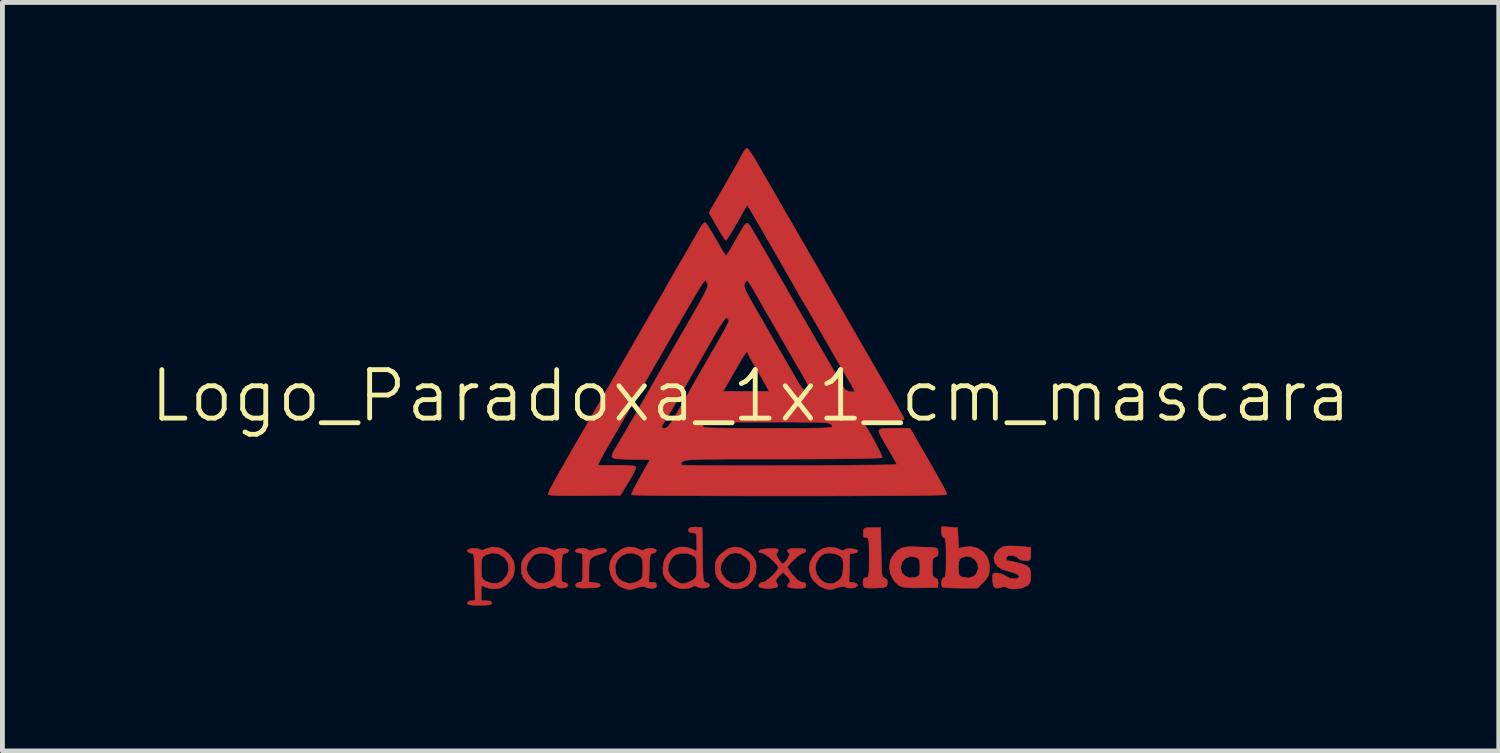
<source format=kicad_pcb>
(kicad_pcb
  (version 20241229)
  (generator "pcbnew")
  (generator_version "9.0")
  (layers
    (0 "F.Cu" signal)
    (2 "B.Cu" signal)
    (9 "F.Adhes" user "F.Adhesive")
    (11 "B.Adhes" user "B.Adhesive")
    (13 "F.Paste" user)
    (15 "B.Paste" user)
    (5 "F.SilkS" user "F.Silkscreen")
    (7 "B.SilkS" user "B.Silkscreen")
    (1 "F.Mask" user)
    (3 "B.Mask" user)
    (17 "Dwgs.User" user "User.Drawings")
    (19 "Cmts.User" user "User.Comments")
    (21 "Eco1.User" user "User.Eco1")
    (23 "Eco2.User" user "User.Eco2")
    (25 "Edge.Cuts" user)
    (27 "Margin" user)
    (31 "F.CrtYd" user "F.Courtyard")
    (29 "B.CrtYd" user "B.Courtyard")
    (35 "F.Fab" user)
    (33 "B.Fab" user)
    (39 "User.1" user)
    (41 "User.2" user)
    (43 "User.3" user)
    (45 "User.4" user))
  (footprint "Logo_Paradoxa_1x1_cm_mascara"
    (layer "F.Cu")
    (at 12.431 5.116)
    (property "Reference" "Logo_Paradoxa_1x1_cm_mascara" (at 0 0 0) (layer "F.SilkS") (effects (font (size 1 1) (thickness 0.1))))
    (attr through_hole)
    (fp_poly (pts (xy 2.692 3.227) (xy 2.695 3.418) (xy 2.7 3.556) (xy 2.706 3.648) (xy 2.716 3.705) (xy 2.73 3.737) (xy 2.75 3.752) (xy 2.765 3.757) (xy 2.813 3.786) (xy 2.821 3.851) (xy 2.82 3.863) (xy 2.812 3.91) (xy 2.791 3.938) (xy 2.742 3.952) (xy 2.652 3.959) (xy 2.586 3.962) (xy 2.472 3.964) (xy 2.384 3.959) (xy 2.341 3.949) (xy 2.34 3.949) (xy 2.324 3.903) (xy 2.318 3.836) (xy 2.329 3.769) (xy 2.37 3.747) (xy 2.381 3.747) (xy 2.407 3.743) (xy 2.425 3.726) (xy 2.436 3.685) (xy 2.442 3.61) (xy 2.444 3.49) (xy 2.445 3.334) (xy 2.444 3.165) (xy 2.442 3.05) (xy 2.435 2.978) (xy 2.424 2.94) (xy 2.406 2.924) (xy 2.379 2.921) (xy 2.335 2.911) (xy 2.321 2.867) (xy 2.324 2.818) (xy 2.332 2.759) (xy 2.354 2.728) (xy 2.405 2.716) (xy 2.503 2.715) (xy 2.683 2.715) (xy 2.692 3.227)) (stroke (width 0.01) (type solid)) (fill yes) (layer "F.Cu"))
    (fp_poly (pts (xy -0.192 3.135) (xy -0.047 3.218) (xy -0.01 3.249) (xy 0.065 3.33) (xy 0.102 3.412) (xy 0.117 3.51) (xy 0.103 3.673) (xy 0.039 3.81) (xy -0.065 3.913) (xy -0.2 3.973) (xy -0.355 3.982) (xy -0.433 3.966) (xy -0.517 3.924) (xy -0.605 3.852) (xy -0.632 3.825) (xy -0.693 3.743) (xy -0.723 3.664) (xy -0.73 3.563) (xy -0.624 3.563) (xy -0.593 3.673) (xy -0.59 3.678) (xy -0.501 3.795) (xy -0.39 3.86) (xy -0.266 3.869) (xy -0.143 3.821) (xy -0.116 3.801) (xy -0.051 3.73) (xy -0.017 3.635) (xy -0.009 3.58) (xy -0.003 3.483) (xy -0.02 3.418) (xy -0.07 3.355) (xy -0.089 3.335) (xy -0.205 3.255) (xy -0.326 3.233) (xy -0.442 3.269) (xy -0.521 3.336) (xy -0.601 3.455) (xy -0.624 3.563) (xy -0.73 3.563) (xy -0.73 3.555) (xy -0.73 3.546) (xy -0.725 3.439) (xy -0.7 3.364) (xy -0.644 3.291) (xy -0.616 3.262) (xy -0.48 3.157) (xy -0.337 3.114) (xy -0.192 3.135)) (stroke (width 0.01) (type solid)) (fill yes) (layer "F.Cu"))
    (fp_poly (pts (xy -2.987 3.157) (xy -2.984 3.16) (xy -2.965 3.19) (xy -2.977 3.213) (xy -3.028 3.237) (xy -3.127 3.27) (xy -3.228 3.306) (xy -3.289 3.346) (xy -3.321 3.405) (xy -3.332 3.5) (xy -3.334 3.606) (xy -3.334 3.838) (xy -3.215 3.848) (xy -3.126 3.867) (xy -3.096 3.904) (xy -3.096 3.905) (xy -3.109 3.931) (xy -3.158 3.948) (xy -3.252 3.958) (xy -3.339 3.962) (xy -3.469 3.963) (xy -3.561 3.954) (xy -3.603 3.938) (xy -3.603 3.938) (xy -3.608 3.885) (xy -3.564 3.848) (xy -3.522 3.842) (xy -3.494 3.837) (xy -3.476 3.814) (xy -3.466 3.762) (xy -3.462 3.668) (xy -3.461 3.54) (xy -3.461 3.4) (xy -3.465 3.312) (xy -3.475 3.264) (xy -3.495 3.243) (xy -3.527 3.239) (xy -3.54 3.239) (xy -3.604 3.222) (xy -3.619 3.191) (xy -3.592 3.161) (xy -3.527 3.145) (xy -3.448 3.143) (xy -3.379 3.156) (xy -3.348 3.177) (xy -3.306 3.196) (xy -3.275 3.189) (xy -3.149 3.148) (xy -3.048 3.137) (xy -2.987 3.157)) (stroke (width 0.01) (type solid)) (fill yes) (layer "F.Cu"))
    (fp_poly (pts (xy 3.412 3.113) (xy 3.554 3.118) (xy 3.651 3.121) (xy 3.762 3.126) (xy 3.825 3.136) (xy 3.855 3.159) (xy 3.866 3.2) (xy 3.868 3.217) (xy 3.864 3.288) (xy 3.822 3.321) (xy 3.812 3.324) (xy 3.776 3.341) (xy 3.756 3.379) (xy 3.748 3.452) (xy 3.747 3.54) (xy 3.749 3.651) (xy 3.76 3.714) (xy 3.783 3.745) (xy 3.812 3.756) (xy 3.86 3.786) (xy 3.869 3.85) (xy 3.868 3.863) (xy 3.858 3.953) (xy 3.505 3.958) (xy 3.34 3.959) (xy 3.224 3.954) (xy 3.143 3.942) (xy 3.084 3.921) (xy 3.058 3.907) (xy 2.951 3.807) (xy 2.885 3.674) (xy 2.866 3.549) (xy 3.093 3.549) (xy 3.122 3.645) (xy 3.191 3.716) (xy 3.289 3.752) (xy 3.405 3.739) (xy 3.405 3.739) (xy 3.456 3.716) (xy 3.482 3.68) (xy 3.491 3.612) (xy 3.493 3.536) (xy 3.489 3.434) (xy 3.474 3.376) (xy 3.44 3.342) (xy 3.412 3.327) (xy 3.302 3.309) (xy 3.2 3.345) (xy 3.123 3.428) (xy 3.117 3.44) (xy 3.093 3.549) (xy 2.866 3.549) (xy 2.862 3.524) (xy 2.888 3.377) (xy 2.92 3.312) (xy 3.021 3.189) (xy 3.146 3.123) (xy 3.296 3.108) (xy 3.412 3.113)) (stroke (width 0.01) (type solid)) (fill yes) (layer "F.Cu"))
    (fp_poly (pts (xy 4.104 2.705) (xy 4.27 2.715) (xy 4.28 2.929) (xy 4.289 3.144) (xy 4.375 3.121) (xy 4.536 3.105) (xy 4.682 3.14) (xy 4.804 3.218) (xy 4.888 3.332) (xy 4.922 3.461) (xy 4.926 3.597) (xy 4.907 3.696) (xy 4.859 3.779) (xy 4.8 3.843) (xy 4.679 3.964) (xy 4.326 3.964) (xy 4.183 3.962) (xy 4.064 3.957) (xy 3.984 3.951) (xy 3.955 3.945) (xy 3.936 3.895) (xy 3.938 3.826) (xy 3.957 3.768) (xy 3.985 3.747) (xy 4.004 3.737) (xy 4.018 3.703) (xy 4.026 3.636) (xy 4.03 3.537) (xy 4.286 3.537) (xy 4.286 3.539) (xy 4.289 3.639) (xy 4.303 3.694) (xy 4.336 3.724) (xy 4.372 3.738) (xy 4.498 3.755) (xy 4.602 3.721) (xy 4.652 3.672) (xy 4.694 3.567) (xy 4.684 3.466) (xy 4.633 3.381) (xy 4.551 3.323) (xy 4.45 3.305) (xy 4.348 3.335) (xy 4.31 3.369) (xy 4.291 3.43) (xy 4.286 3.537) (xy 4.03 3.537) (xy 4.031 3.524) (xy 4.032 3.36) (xy 4.032 3.334) (xy 4.031 3.162) (xy 4.027 3.044) (xy 4.019 2.971) (xy 4.007 2.933) (xy 3.988 2.921) (xy 3.985 2.921) (xy 3.95 2.897) (xy 3.937 2.821) (xy 3.937 2.808) (xy 3.937 2.695) (xy 4.104 2.705)) (stroke (width 0.01) (type solid)) (fill yes) (layer "F.Cu"))
    (fp_poly (pts (xy 1.754 3.132) (xy 1.823 3.16) (xy 1.899 3.189) (xy 1.937 3.174) (xy 1.938 3.174) (xy 1.981 3.153) (xy 2.057 3.148) (xy 2.139 3.158) (xy 2.2 3.18) (xy 2.214 3.197) (xy 2.196 3.227) (xy 2.137 3.244) (xy 2.048 3.254) (xy 2.03 3.837) (xy 2.118 3.847) (xy 2.19 3.871) (xy 2.207 3.908) (xy 2.173 3.945) (xy 2.101 3.963) (xy 2.017 3.961) (xy 1.958 3.942) (xy 1.957 3.941) (xy 1.899 3.927) (xy 1.799 3.951) (xy 1.792 3.953) (xy 1.7 3.983) (xy 1.636 3.993) (xy 1.573 3.985) (xy 1.54 3.977) (xy 1.424 3.923) (xy 1.316 3.831) (xy 1.25 3.739) (xy 1.208 3.597) (xy 1.21 3.568) (xy 1.336 3.568) (xy 1.364 3.677) (xy 1.424 3.771) (xy 1.508 3.84) (xy 1.609 3.874) (xy 1.716 3.865) (xy 1.823 3.802) (xy 1.871 3.747) (xy 1.897 3.678) (xy 1.908 3.572) (xy 1.91 3.545) (xy 1.911 3.436) (xy 1.899 3.369) (xy 1.868 3.324) (xy 1.84 3.299) (xy 1.742 3.255) (xy 1.63 3.239) (xy 1.532 3.248) (xy 1.462 3.288) (xy 1.412 3.34) (xy 1.35 3.452) (xy 1.336 3.568) (xy 1.21 3.568) (xy 1.219 3.458) (xy 1.274 3.332) (xy 1.364 3.226) (xy 1.481 3.152) (xy 1.614 3.117) (xy 1.754 3.132)) (stroke (width 0.01) (type solid)) (fill yes) (layer "F.Cu"))
    (fp_poly (pts (xy -2.379 3.129) (xy -2.303 3.161) (xy -2.228 3.189) (xy -2.197 3.177) (xy -2.161 3.152) (xy -2.092 3.142) (xy -2.015 3.147) (xy -1.956 3.165) (xy -1.937 3.189) (xy -1.964 3.228) (xy -2.008 3.244) (xy -2.042 3.253) (xy -2.063 3.276) (xy -2.076 3.326) (xy -2.084 3.415) (xy -2.089 3.548) (xy -2.098 3.842) (xy -2.017 3.842) (xy -1.954 3.856) (xy -1.937 3.905) (xy -1.95 3.95) (xy -2.001 3.967) (xy -2.042 3.969) (xy -2.123 3.96) (xy -2.176 3.939) (xy -2.177 3.938) (xy -2.231 3.927) (xy -2.329 3.951) (xy -2.334 3.953) (xy -2.427 3.983) (xy -2.49 3.993) (xy -2.554 3.985) (xy -2.588 3.978) (xy -2.72 3.917) (xy -2.821 3.817) (xy -2.886 3.69) (xy -2.913 3.551) (xy -2.911 3.54) (xy -2.794 3.54) (xy -2.776 3.675) (xy -2.717 3.771) (xy -2.642 3.824) (xy -2.509 3.868) (xy -2.38 3.851) (xy -2.315 3.819) (xy -2.265 3.785) (xy -2.238 3.746) (xy -2.225 3.683) (xy -2.223 3.578) (xy -2.223 3.553) (xy -2.225 3.436) (xy -2.236 3.365) (xy -2.261 3.322) (xy -2.301 3.29) (xy -2.423 3.242) (xy -2.547 3.246) (xy -2.659 3.295) (xy -2.745 3.38) (xy -2.791 3.495) (xy -2.794 3.54) (xy -2.911 3.54) (xy -2.895 3.414) (xy -2.829 3.293) (xy -2.802 3.264) (xy -2.658 3.158) (xy -2.52 3.113) (xy -2.379 3.129)) (stroke (width 0.01) (type solid)) (fill yes) (layer "F.Cu"))
    (fp_poly (pts (xy 5.429 3.095) (xy 5.553 3.102) (xy 5.779 3.121) (xy 5.779 3.259) (xy 5.776 3.345) (xy 5.759 3.385) (xy 5.713 3.397) (xy 5.669 3.397) (xy 5.59 3.388) (xy 5.541 3.366) (xy 5.539 3.364) (xy 5.484 3.32) (xy 5.401 3.29) (xy 5.326 3.288) (xy 5.318 3.29) (xy 5.286 3.321) (xy 5.268 3.366) (xy 5.275 3.396) (xy 5.282 3.397) (xy 5.358 3.406) (xy 5.465 3.43) (xy 5.576 3.46) (xy 5.668 3.491) (xy 5.705 3.509) (xy 5.752 3.553) (xy 5.773 3.616) (xy 5.779 3.712) (xy 5.772 3.814) (xy 5.749 3.875) (xy 5.707 3.913) (xy 5.58 3.966) (xy 5.434 3.984) (xy 5.366 3.978) (xy 5.293 3.956) (xy 5.257 3.935) (xy 5.21 3.927) (xy 5.187 3.94) (xy 5.126 3.963) (xy 5.074 3.963) (xy 5.028 3.948) (xy 5.004 3.907) (xy 4.992 3.824) (xy 4.991 3.802) (xy 4.987 3.711) (xy 4.998 3.667) (xy 5.032 3.653) (xy 5.08 3.651) (xy 5.175 3.671) (xy 5.267 3.717) (xy 5.267 3.717) (xy 5.347 3.758) (xy 5.433 3.773) (xy 5.503 3.763) (xy 5.539 3.728) (xy 5.54 3.717) (xy 5.51 3.681) (xy 5.425 3.647) (xy 5.382 3.636) (xy 5.21 3.584) (xy 5.096 3.519) (xy 5.034 3.436) (xy 5.016 3.34) (xy 5.044 3.252) (xy 5.112 3.168) (xy 5.202 3.111) (xy 5.234 3.101) (xy 5.313 3.095) (xy 5.429 3.095)) (stroke (width 0.01) (type solid)) (fill yes) (layer "F.Cu"))
    (fp_poly (pts (xy -5.174 3.134) (xy -5.088 3.175) (xy -4.963 3.282) (xy -4.886 3.416) (xy -4.862 3.562) (xy -4.894 3.709) (xy -4.922 3.763) (xy -5.033 3.894) (xy -5.168 3.967) (xy -5.321 3.981) (xy -5.428 3.957) (xy -5.556 3.913) (xy -5.556 4.223) (xy -5.445 4.223) (xy -5.363 4.233) (xy -5.334 4.266) (xy -5.334 4.27) (xy -5.346 4.295) (xy -5.389 4.309) (xy -5.475 4.316) (xy -5.588 4.318) (xy -5.718 4.316) (xy -5.797 4.308) (xy -5.834 4.291) (xy -5.842 4.27) (xy -5.814 4.232) (xy -5.762 4.223) (xy -5.682 4.223) (xy -5.69 3.739) (xy -5.694 3.554) (xy -5.694 3.552) (xy -5.556 3.552) (xy -5.554 3.667) (xy -5.544 3.737) (xy -5.519 3.78) (xy -5.474 3.814) (xy -5.469 3.818) (xy -5.347 3.864) (xy -5.223 3.863) (xy -5.123 3.817) (xy -5.028 3.706) (xy -4.986 3.581) (xy -5 3.454) (xy -5.071 3.338) (xy -5.078 3.331) (xy -5.193 3.257) (xy -5.325 3.238) (xy -5.455 3.276) (xy -5.478 3.29) (xy -5.52 3.324) (xy -5.544 3.369) (xy -5.554 3.443) (xy -5.556 3.552) (xy -5.694 3.552) (xy -5.698 3.423) (xy -5.705 3.337) (xy -5.715 3.285) (xy -5.73 3.258) (xy -5.752 3.247) (xy -5.771 3.244) (xy -5.826 3.219) (xy -5.842 3.189) (xy -5.815 3.161) (xy -5.749 3.145) (xy -5.67 3.142) (xy -5.603 3.154) (xy -5.573 3.173) (xy -5.535 3.181) (xy -5.468 3.157) (xy -5.323 3.115) (xy -5.174 3.134)) (stroke (width 0.01) (type solid)) (fill yes) (layer "F.Cu"))
    (fp_poly (pts (xy -4.195 3.13) (xy -4.134 3.156) (xy -4.056 3.185) (xy -4.016 3.175) (xy -3.973 3.151) (xy -3.9 3.142) (xy -3.822 3.148) (xy -3.763 3.166) (xy -3.747 3.189) (xy -3.774 3.228) (xy -3.818 3.244) (xy -3.852 3.253) (xy -3.873 3.276) (xy -3.886 3.326) (xy -3.894 3.416) (xy -3.898 3.546) (xy -3.902 3.683) (xy -3.9 3.769) (xy -3.891 3.817) (xy -3.871 3.838) (xy -3.838 3.847) (xy -3.835 3.847) (xy -3.779 3.873) (xy -3.762 3.905) (xy -3.789 3.941) (xy -3.853 3.962) (xy -3.928 3.964) (xy -3.988 3.947) (xy -4.004 3.931) (xy -4.039 3.906) (xy -4.088 3.925) (xy -4.215 3.972) (xy -4.36 3.98) (xy -4.434 3.966) (xy -4.517 3.924) (xy -4.606 3.852) (xy -4.632 3.825) (xy -4.696 3.74) (xy -4.725 3.656) (xy -4.731 3.557) (xy -4.625 3.557) (xy -4.596 3.669) (xy -4.506 3.781) (xy -4.503 3.783) (xy -4.386 3.857) (xy -4.263 3.868) (xy -4.137 3.816) (xy -4.124 3.808) (xy -4.074 3.766) (xy -4.046 3.72) (xy -4.034 3.649) (xy -4.032 3.542) (xy -4.035 3.428) (xy -4.047 3.36) (xy -4.075 3.317) (xy -4.111 3.29) (xy -4.221 3.246) (xy -4.343 3.241) (xy -4.451 3.273) (xy -4.499 3.31) (xy -4.592 3.439) (xy -4.625 3.557) (xy -4.731 3.557) (xy -4.731 3.554) (xy -4.725 3.452) (xy -4.699 3.377) (xy -4.642 3.301) (xy -4.612 3.267) (xy -4.48 3.162) (xy -4.338 3.116) (xy -4.195 3.13)) (stroke (width 0.01) (type solid)) (fill yes) (layer "F.Cu"))
    (fp_poly (pts (xy -1.124 2.704) (xy -1 2.715) (xy -0.991 3.276) (xy -0.988 3.477) (xy -0.984 3.624) (xy -0.979 3.724) (xy -0.971 3.788) (xy -0.959 3.824) (xy -0.941 3.84) (xy -0.917 3.847) (xy -0.912 3.848) (xy -0.857 3.874) (xy -0.841 3.905) (xy -0.869 3.941) (xy -0.934 3.961) (xy -1.013 3.964) (xy -1.082 3.945) (xy -1.097 3.935) (xy -1.156 3.916) (xy -1.183 3.929) (xy -1.275 3.968) (xy -1.403 3.977) (xy -1.492 3.965) (xy -1.597 3.919) (xy -1.701 3.834) (xy -1.706 3.829) (xy -1.771 3.747) (xy -1.802 3.67) (xy -1.808 3.585) (xy -1.704 3.585) (xy -1.696 3.626) (xy -1.646 3.715) (xy -1.564 3.797) (xy -1.471 3.856) (xy -1.402 3.873) (xy -1.318 3.857) (xy -1.224 3.816) (xy -1.214 3.81) (xy -1.158 3.772) (xy -1.127 3.732) (xy -1.114 3.671) (xy -1.111 3.568) (xy -1.111 3.544) (xy -1.114 3.43) (xy -1.126 3.361) (xy -1.153 3.318) (xy -1.19 3.29) (xy -1.303 3.247) (xy -1.435 3.244) (xy -1.554 3.279) (xy -1.571 3.289) (xy -1.642 3.366) (xy -1.69 3.474) (xy -1.704 3.585) (xy -1.808 3.585) (xy -1.81 3.564) (xy -1.81 3.553) (xy -1.783 3.392) (xy -1.711 3.26) (xy -1.604 3.166) (xy -1.471 3.117) (xy -1.325 3.118) (xy -1.205 3.16) (xy -1.111 3.208) (xy -1.111 3.017) (xy -1.113 2.911) (xy -1.122 2.854) (xy -1.145 2.83) (xy -1.187 2.826) (xy -1.189 2.826) (xy -1.265 2.811) (xy -1.287 2.77) (xy -1.273 2.735) (xy -1.223 2.708) (xy -1.129 2.704) (xy -1.124 2.704)) (stroke (width 0.01) (type solid)) (fill yes) (layer "F.Cu"))
    (fp_poly (pts (xy 1.063 3.147) (xy 1.123 3.16) (xy 1.143 3.185) (xy 1.143 3.191) (xy 1.117 3.231) (xy 1.086 3.239) (xy 1.039 3.26) (xy 0.967 3.313) (xy 0.888 3.383) (xy 0.817 3.454) (xy 0.771 3.513) (xy 0.762 3.536) (xy 0.781 3.572) (xy 0.829 3.64) (xy 0.877 3.701) (xy 0.974 3.801) (xy 1.054 3.841) (xy 1.067 3.842) (xy 1.128 3.858) (xy 1.143 3.905) (xy 1.136 3.941) (xy 1.106 3.96) (xy 1.037 3.968) (xy 0.953 3.969) (xy 0.83 3.961) (xy 0.768 3.938) (xy 0.763 3.896) (xy 0.801 3.848) (xy 0.816 3.811) (xy 0.79 3.763) (xy 0.753 3.723) (xy 0.667 3.637) (xy 0.582 3.722) (xy 0.529 3.783) (xy 0.52 3.825) (xy 0.537 3.854) (xy 0.561 3.909) (xy 0.556 3.936) (xy 0.514 3.955) (xy 0.433 3.966) (xy 0.335 3.968) (xy 0.245 3.961) (xy 0.185 3.945) (xy 0.175 3.937) (xy 0.17 3.885) (xy 0.214 3.849) (xy 0.26 3.842) (xy 0.312 3.82) (xy 0.385 3.764) (xy 0.464 3.691) (xy 0.53 3.616) (xy 0.568 3.556) (xy 0.572 3.541) (xy 0.548 3.491) (xy 0.487 3.421) (xy 0.406 3.347) (xy 0.323 3.283) (xy 0.253 3.244) (xy 0.229 3.239) (xy 0.174 3.225) (xy 0.167 3.199) (xy 0.206 3.173) (xy 0.298 3.156) (xy 0.376 3.15) (xy 0.487 3.147) (xy 0.548 3.156) (xy 0.57 3.177) (xy 0.572 3.187) (xy 0.55 3.236) (xy 0.534 3.246) (xy 0.53 3.274) (xy 0.554 3.33) (xy 0.594 3.394) (xy 0.637 3.444) (xy 0.667 3.461) (xy 0.702 3.438) (xy 0.745 3.385) (xy 0.784 3.321) (xy 0.805 3.268) (xy 0.799 3.246) (xy 0.765 3.207) (xy 0.762 3.188) (xy 0.779 3.162) (xy 0.838 3.148) (xy 0.95 3.143) (xy 0.953 3.143) (xy 1.063 3.147)) (stroke (width 0.01) (type solid)) (fill yes) (layer "F.Cu"))
    (fp_poly (pts (xy -0.046 -5.085) (xy 0.006 -5.015) (xy 0.072 -4.913) (xy 0.128 -4.818) (xy 0.25 -4.605) (xy 0.397 -4.35) (xy 0.562 -4.065) (xy 0.737 -3.761) (xy 0.916 -3.451) (xy 1.092 -3.147) (xy 1.159 -3.032) (xy 1.258 -2.861) (xy 1.351 -2.699) (xy 1.432 -2.56) (xy 1.493 -2.453) (xy 1.524 -2.397) (xy 1.561 -2.332) (xy 1.619 -2.231) (xy 1.7 -2.09) (xy 1.805 -1.907) (xy 1.935 -1.681) (xy 2.092 -1.409) (xy 2.277 -1.088) (xy 2.492 -0.717) (xy 2.673 -0.403) (xy 2.793 -0.195) (xy 2.903 -0.003) (xy 2.999 0.166) (xy 3.077 0.303) (xy 3.132 0.402) (xy 3.161 0.456) (xy 3.164 0.462) (xy 3.163 0.481) (xy 3.136 0.494) (xy 3.074 0.502) (xy 2.97 0.506) (xy 2.813 0.508) (xy 2.75 0.508) (xy 2.567 0.509) (xy 2.44 0.514) (xy 2.363 0.524) (xy 2.327 0.54) (xy 2.327 0.564) (xy 2.347 0.589) (xy 2.385 0.641) (xy 2.44 0.729) (xy 2.504 0.84) (xy 2.57 0.961) (xy 2.631 1.078) (xy 2.68 1.178) (xy 2.709 1.247) (xy 2.714 1.271) (xy 2.678 1.278) (xy 2.582 1.283) (xy 2.429 1.288) (xy 2.22 1.293) (xy 1.959 1.296) (xy 1.649 1.299) (xy 1.293 1.301) (xy 0.893 1.302) (xy 0.652 1.302) (xy 0.238 1.302) (xy -0.117 1.302) (xy -0.418 1.302) (xy -0.669 1.304) (xy -0.875 1.306) (xy -1.04 1.309) (xy -1.168 1.314) (xy -1.265 1.321) (xy -1.334 1.33) (xy -1.381 1.341) (xy -1.409 1.354) (xy -1.423 1.371) (xy -1.428 1.39) (xy -1.429 1.413) (xy -1.429 1.423) (xy -1.398 1.427) (xy -1.309 1.43) (xy -1.166 1.432) (xy -0.975 1.435) (xy -0.741 1.436) (xy -0.469 1.437) (xy -0.163 1.438) (xy 0.17 1.438) (xy 0.526 1.437) (xy 0.794 1.436) (xy 1.163 1.435) (xy 1.513 1.433) (xy 1.839 1.431) (xy 2.136 1.429) (xy 2.398 1.426) (xy 2.62 1.424) (xy 2.798 1.422) (xy 2.927 1.419) (xy 3 1.417) (xy 3.016 1.415) (xy 3 1.381) (xy 2.953 1.295) (xy 2.877 1.16) (xy 2.772 0.98) (xy 2.719 0.889) (xy 2.666 0.795) (xy 2.643 0.732) (xy 2.656 0.694) (xy 2.712 0.674) (xy 2.818 0.668) (xy 2.962 0.667) (xy 3.288 0.667) (xy 3.413 0.881) (xy 3.579 1.169) (xy 3.716 1.407) (xy 3.825 1.599) (xy 3.909 1.749) (xy 3.971 1.863) (xy 4.013 1.944) (xy 4.037 1.998) (xy 4.047 2.028) (xy 4.046 2.036) (xy 4.012 2.04) (xy 3.92 2.044) (xy 3.775 2.047) (xy 3.582 2.05) (xy 3.346 2.053) (xy 3.072 2.056) (xy 2.766 2.058) (xy 2.432 2.06) (xy 2.076 2.061) (xy 1.703 2.062) (xy 1.317 2.063) (xy 0.925 2.063) (xy 0.531 2.063) (xy 0.141 2.063) (xy -0.241 2.062) (xy -0.609 2.061) (xy -0.958 2.06) (xy -1.283 2.058) (xy -1.579 2.056) (xy -1.841 2.054) (xy -2.063 2.051) (xy -2.241 2.048) (xy -2.369 2.045) (xy -2.441 2.041) (xy -2.457 2.038) (xy -2.448 2.002) (xy -2.412 1.923) (xy -2.355 1.812) (xy -2.283 1.68) (xy -2.274 1.665) (xy -2.075 1.318) (xy -2.466 1.309) (xy -2.631 1.304) (xy -2.742 1.298) (xy -2.81 1.289) (xy -2.845 1.274) (xy -2.857 1.254) (xy -2.857 1.244) (xy -2.84 1.174) (xy -2.814 1.126) (xy -2.789 1.085) (xy -2.737 0.997) (xy -2.664 0.872) (xy -2.574 0.719) (xy -2.536 0.654) (xy -1.834 0.654) (xy -1.797 0.666) (xy -1.77 0.667) (xy -1.736 0.657) (xy -1.706 0.631) (xy -0.986 0.631) (xy -0.974 0.641) (xy -0.943 0.649) (xy -0.888 0.656) (xy -0.804 0.66) (xy -0.686 0.663) (xy -0.527 0.665) (xy -0.322 0.666) (xy -0.066 0.667) (xy 0.246 0.667) (xy 0.349 0.667) (xy 0.679 0.667) (xy 0.951 0.666) (xy 1.17 0.666) (xy 1.342 0.664) (xy 1.472 0.661) (xy 1.566 0.657) (xy 1.628 0.651) (xy 1.666 0.644) (xy 1.683 0.634) (xy 1.685 0.623) (xy 1.678 0.608) (xy 1.675 0.603) (xy 1.664 0.587) (xy 1.646 0.575) (xy 1.617 0.564) (xy 1.57 0.556) (xy 1.5 0.55) (xy 1.4 0.546) (xy 1.264 0.543) (xy 1.088 0.541) (xy 0.863 0.54) (xy 0.586 0.54) (xy 0.349 0.54) (xy 0.03 0.54) (xy -0.232 0.54) (xy -0.443 0.541) (xy -0.607 0.543) (xy -0.732 0.547) (xy -0.824 0.552) (xy -0.887 0.558) (xy -0.928 0.567) (xy -0.953 0.578) (xy -0.969 0.592) (xy -0.977 0.603) (xy -0.985 0.619) (xy -0.986 0.631) (xy -1.706 0.631) (xy -1.697 0.624) (xy -1.647 0.559) (xy -1.58 0.455) (xy -1.492 0.305) (xy -1.46 0.251) (xy -1.37 0.092) (xy -1.284 -0.057) (xy -1.262 -0.095) (xy -0.567 -0.095) (xy 0.384 -0.095) (xy 0.264 -0.31) (xy 0.188 -0.445) (xy 0.105 -0.587) (xy 0.04 -0.697) (xy -0.014 -0.791) (xy -0.051 -0.866) (xy -0.064 -0.901) (xy -0.068 -0.918) (xy -0.086 -0.906) (xy -0.119 -0.861) (xy -0.173 -0.776) (xy -0.25 -0.646) (xy -0.343 -0.484) (xy -0.567 -0.095) (xy -1.262 -0.095) (xy -1.211 -0.185) (xy -1.159 -0.276) (xy -1.147 -0.297) (xy -1.107 -0.366) (xy -1.043 -0.478) (xy -0.959 -0.624) (xy -0.863 -0.791) (xy -0.761 -0.968) (xy -0.758 -0.972) (xy -0.662 -1.14) (xy -0.578 -1.291) (xy -0.51 -1.414) (xy -0.464 -1.501) (xy -0.445 -1.543) (xy -0.445 -1.545) (xy -0.465 -1.592) (xy -0.481 -1.612) (xy -0.503 -1.612) (xy -0.539 -1.577) (xy -0.592 -1.502) (xy -0.667 -1.383) (xy -0.767 -1.213) (xy -0.794 -1.165) (xy -1 -0.804) (xy -1.177 -0.495) (xy -1.327 -0.233) (xy -1.451 -0.016) (xy -1.553 0.16) (xy -1.634 0.299) (xy -1.696 0.404) (xy -1.741 0.479) (xy -1.771 0.528) (xy -1.783 0.545) (xy -1.829 0.618) (xy -1.834 0.654) (xy -2.536 0.654) (xy -2.473 0.546) (xy -2.367 0.362) (xy -2.26 0.176) (xy -2.157 -0.002) (xy -2.064 -0.165) (xy -1.985 -0.303) (xy -1.977 -0.318) (xy -1.938 -0.385) (xy -1.876 -0.494) (xy -1.797 -0.631) (xy -1.708 -0.784) (xy -1.675 -0.841) (xy -1.493 -1.157) (xy -1.34 -1.421) (xy -1.214 -1.64) (xy -1.113 -1.818) (xy -1.033 -1.96) (xy -0.973 -2.07) (xy -0.93 -2.152) (xy -0.903 -2.213) (xy -0.887 -2.255) (xy -0.881 -2.284) (xy -0.881 -2.286) (xy -0.134 -2.286) (xy -0.126 -2.238) (xy -0.096 -2.165) (xy -0.042 -2.059) (xy 0.04 -1.912) (xy 0.078 -1.845) (xy 0.167 -1.691) (xy 0.25 -1.547) (xy 0.318 -1.428) (xy 0.365 -1.346) (xy 0.376 -1.328) (xy 0.413 -1.262) (xy 0.475 -1.155) (xy 0.554 -1.019) (xy 0.64 -0.869) (xy 0.666 -0.826) (xy 0.758 -0.667) (xy 0.847 -0.512) (xy 0.925 -0.377) (xy 0.981 -0.279) (xy 0.99 -0.264) (xy 1.073 -0.147) (xy 1.157 -0.085) (xy 1.236 -0.083) (xy 1.243 -0.086) (xy 1.238 -0.116) (xy 1.205 -0.187) (xy 1.152 -0.289) (xy 1.114 -0.357) (xy 1.053 -0.463) (xy 0.967 -0.611) (xy 0.864 -0.79) (xy 0.75 -0.987) (xy 0.632 -1.191) (xy 0.587 -1.27) (xy 0.471 -1.47) (xy 0.358 -1.666) (xy 0.255 -1.846) (xy 0.167 -2) (xy 0.101 -2.116) (xy 0.081 -2.15) (xy 0.02 -2.256) (xy -0.032 -2.336) (xy -0.065 -2.377) (xy -0.07 -2.381) (xy -0.101 -2.357) (xy -0.126 -2.319) (xy -0.134 -2.286) (xy -0.881 -2.286) (xy -0.883 -2.305) (xy -0.89 -2.322) (xy -0.9 -2.34) (xy -0.9 -2.34) (xy -0.91 -2.36) (xy -0.918 -2.375) (xy -0.928 -2.382) (xy -0.943 -2.376) (xy -0.965 -2.354) (xy -0.997 -2.311) (xy -1.041 -2.242) (xy -1.1 -2.145) (xy -1.178 -2.015) (xy -1.276 -1.847) (xy -1.397 -1.637) (xy -1.544 -1.382) (xy -1.719 -1.077) (xy -1.763 -1) (xy -1.952 -0.672) (xy -2.114 -0.391) (xy -2.255 -0.147) (xy -2.379 0.068) (xy -2.492 0.263) (xy -2.599 0.447) (xy -2.704 0.628) (xy -2.813 0.815) (xy -2.852 0.881) (xy -2.948 1.047) (xy -3.03 1.194) (xy -3.094 1.311) (xy -3.136 1.393) (xy -3.15 1.429) (xy -3.149 1.431) (xy -3.111 1.431) (xy -3.022 1.431) (xy -2.897 1.43) (xy -2.757 1.429) (xy -2.58 1.43) (xy -2.453 1.438) (xy -2.38 1.451) (xy -2.366 1.46) (xy -2.373 1.5) (xy -2.408 1.58) (xy -2.465 1.687) (xy -2.515 1.771) (xy -2.684 2.048) (xy -3.42 2.056) (xy -3.657 2.058) (xy -3.858 2.056) (xy -4.014 2.052) (xy -4.12 2.046) (xy -4.171 2.037) (xy -4.174 2.035) (xy -4.175 2.02) (xy -4.166 1.991) (xy -4.145 1.943) (xy -4.108 1.871) (xy -4.054 1.771) (xy -3.98 1.638) (xy -3.883 1.468) (xy -3.762 1.255) (xy -3.612 0.996) (xy -3.477 0.762) (xy -3.365 0.569) (xy -3.24 0.353) (xy -3.116 0.138) (xy -3.008 -0.049) (xy -3 -0.064) (xy -2.791 -0.426) (xy -2.612 -0.738) (xy -2.458 -1.004) (xy -2.329 -1.229) (xy -2.22 -1.417) (xy -2.13 -1.572) (xy -2.056 -1.7) (xy -1.995 -1.805) (xy -1.945 -1.891) (xy -1.903 -1.963) (xy -1.891 -1.983) (xy -1.827 -2.093) (xy -1.777 -2.179) (xy -1.75 -2.23) (xy -1.746 -2.238) (xy -1.731 -2.267) (xy -1.688 -2.342) (xy -1.624 -2.455) (xy -1.542 -2.596) (xy -1.448 -2.757) (xy -1.447 -2.758) (xy -1.345 -2.933) (xy -1.248 -3.101) (xy -1.162 -3.249) (xy -1.096 -3.365) (xy -1.06 -3.429) (xy -1.008 -3.514) (xy -0.962 -3.567) (xy -0.939 -3.578) (xy -0.911 -3.547) (xy -0.86 -3.472) (xy -0.793 -3.363) (xy -0.717 -3.233) (xy -0.714 -3.228) (xy -0.64 -3.098) (xy -0.577 -2.991) (xy -0.53 -2.918) (xy -0.508 -2.889) (xy -0.507 -2.889) (xy -0.486 -2.915) (xy -0.441 -2.985) (xy -0.38 -3.088) (xy -0.322 -3.189) (xy -0.23 -3.351) (xy -0.164 -3.464) (xy -0.118 -3.533) (xy -0.084 -3.564) (xy -0.057 -3.562) (xy -0.03 -3.532) (xy 0.003 -3.481) (xy 0.007 -3.474) (xy 0.048 -3.408) (xy 0.114 -3.297) (xy 0.198 -3.153) (xy 0.294 -2.987) (xy 0.396 -2.811) (xy 0.396 -2.81) (xy 0.545 -2.551) (xy 0.718 -2.251) (xy 0.906 -1.924) (xy 1.102 -1.585) (xy 1.297 -1.247) (xy 1.483 -0.925) (xy 1.633 -0.667) (xy 1.715 -0.524) (xy 1.791 -0.39) (xy 1.852 -0.281) (xy 1.887 -0.217) (xy 1.951 -0.128) (xy 2.029 -0.089) (xy 2.038 -0.088) (xy 2.122 -0.084) (xy 2.148 -0.107) (xy 2.131 -0.14) (xy 2.108 -0.175) (xy 2.059 -0.259) (xy 1.986 -0.383) (xy 1.893 -0.543) (xy 1.786 -0.729) (xy 1.667 -0.937) (xy 1.603 -1.048) (xy 1.48 -1.263) (xy 1.366 -1.46) (xy 1.266 -1.634) (xy 1.184 -1.777) (xy 1.123 -1.881) (xy 1.087 -1.941) (xy 1.08 -1.953) (xy 1.052 -1.997) (xy 1.006 -2.076) (xy 0.972 -2.138) (xy 0.922 -2.227) (xy 0.846 -2.36) (xy 0.751 -2.527) (xy 0.643 -2.716) (xy 0.527 -2.918) (xy 0.41 -3.121) (xy 0.298 -3.315) (xy 0.196 -3.49) (xy 0.112 -3.634) (xy 0.052 -3.737) (xy 0.041 -3.756) (xy -0.07 -3.94) (xy -0.279 -3.573) (xy -0.358 -3.438) (xy -0.426 -3.325) (xy -0.478 -3.245) (xy -0.507 -3.208) (xy -0.51 -3.207) (xy -0.533 -3.233) (xy -0.58 -3.302) (xy -0.642 -3.405) (xy -0.694 -3.494) (xy -0.858 -3.781) (xy -0.55 -4.312) (xy -0.449 -4.487) (xy -0.355 -4.652) (xy -0.273 -4.797) (xy -0.212 -4.909) (xy -0.177 -4.976) (xy -0.131 -5.056) (xy -0.09 -5.104) (xy -0.075 -5.111) (xy -0.046 -5.085)) (stroke (width 0.01) (type solid)) (fill yes) (layer "F.Cu")))
  (gr_rect
    (start -3 -3)
    (end 27.862 12.439)
    (stroke (width 0.1) (type default))
    (fill no)
    (layer "Edge.Cuts")))
</source>
